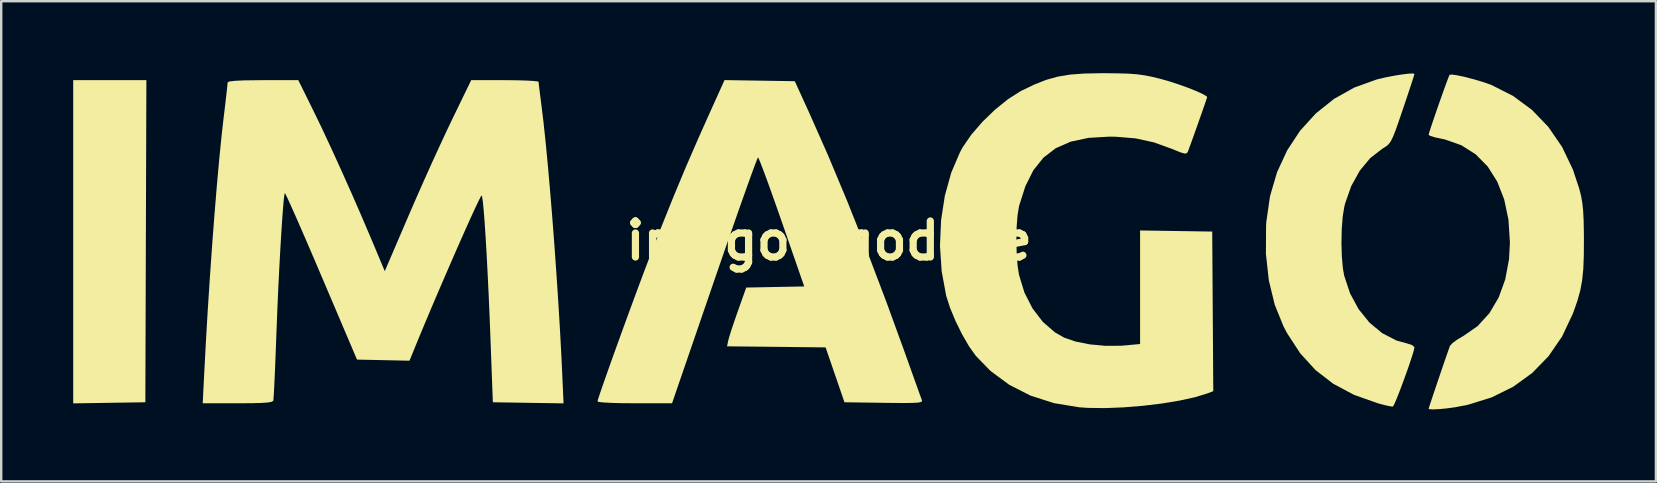
<source format=kicad_pcb>
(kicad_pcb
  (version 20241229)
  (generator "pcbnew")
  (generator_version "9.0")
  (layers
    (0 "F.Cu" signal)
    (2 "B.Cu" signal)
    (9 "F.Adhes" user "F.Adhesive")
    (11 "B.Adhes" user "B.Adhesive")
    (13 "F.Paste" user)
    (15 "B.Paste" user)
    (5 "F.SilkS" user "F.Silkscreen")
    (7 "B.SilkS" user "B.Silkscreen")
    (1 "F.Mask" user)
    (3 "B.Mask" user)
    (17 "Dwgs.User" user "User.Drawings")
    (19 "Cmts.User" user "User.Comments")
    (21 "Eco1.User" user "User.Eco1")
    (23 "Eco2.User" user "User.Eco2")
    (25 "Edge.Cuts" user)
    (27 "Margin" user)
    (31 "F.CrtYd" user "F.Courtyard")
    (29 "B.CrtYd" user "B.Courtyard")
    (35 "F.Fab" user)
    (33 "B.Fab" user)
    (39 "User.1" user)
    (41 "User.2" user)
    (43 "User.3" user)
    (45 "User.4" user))
  (footprint "imagologoduze"
    (layer "F.Cu")
    (at 31.496 6.979)
    (property "Reference" "imagologoduze" (at 0 0 0) (layer "F.SilkS") (effects (font (size 1.5 1.5) (thickness 0.3))))
    (attr board_only exclude_from_pos_files exclude_from_bom)
    (fp_poly (pts (xy -28.469 0.021) (xy -28.49 6.731) (xy -29.993 6.754) (xy -31.496 6.777) (xy -31.496 0.044) (xy -31.496 -6.689) (xy -29.971 -6.689) (xy -28.447 -6.689)) (stroke (width 0) (type solid)) (fill yes) (layer "F.SilkS"))
    (fp_poly (pts (xy 24.385 -6.95) (xy 24.36 -6.857) (xy 24.288 -6.631) (xy 24.179 -6.299) (xy 24.041 -5.885) (xy 23.902 -5.476) (xy 23.728 -4.966) (xy 23.596 -4.591) (xy 23.491 -4.327) (xy 23.401 -4.146) (xy 23.314 -4.025) (xy 23.215 -3.938) (xy 23.092 -3.86) (xy 23.055 -3.838) (xy 22.547 -3.447) (xy 22.108 -2.919) (xy 21.752 -2.277) (xy 21.495 -1.546) (xy 21.465 -1.424) (xy 21.396 -1.003) (xy 21.356 -0.477) (xy 21.344 0.097) (xy 21.36 0.661) (xy 21.405 1.159) (xy 21.457 1.454) (xy 21.704 2.197) (xy 22.062 2.856) (xy 22.514 3.415) (xy 23.044 3.854) (xy 23.636 4.158) (xy 24.067 4.277) (xy 24.27 4.341) (xy 24.379 4.425) (xy 24.384 4.446) (xy 24.357 4.579) (xy 24.282 4.825) (xy 24.174 5.152) (xy 24.043 5.526) (xy 23.902 5.912) (xy 23.765 6.277) (xy 23.642 6.588) (xy 23.546 6.81) (xy 23.489 6.909) (xy 23.486 6.911) (xy 23.372 6.899) (xy 23.144 6.849) (xy 22.852 6.771) (xy 22.847 6.77) (xy 21.863 6.42) (xy 21.007 5.964) (xy 20.266 5.392) (xy 19.629 4.695) (xy 19.085 3.862) (xy 18.933 3.575) (xy 18.564 2.666) (xy 18.318 1.652) (xy 18.197 0.548) (xy 18.204 -0.63) (xy 18.215 -0.795) (xy 18.368 -1.856) (xy 18.66 -2.85) (xy 19.082 -3.764) (xy 19.625 -4.587) (xy 20.28 -5.306) (xy 21.035 -5.909) (xy 21.883 -6.384) (xy 22.814 -6.718) (xy 22.818 -6.719) (xy 23.144 -6.797) (xy 23.497 -6.867) (xy 23.835 -6.922) (xy 24.122 -6.958) (xy 24.318 -6.968)) (stroke (width 0) (type solid)) (fill yes) (layer "F.SilkS"))
    (fp_poly (pts (xy -2.896 -6.669) (xy -1.432 -6.646) (xy -0.833 -5.334) (xy -0.048 -3.562) (xy 0.756 -1.64) (xy 1.574 0.415) (xy 2.397 2.585) (xy 3.143 4.635) (xy 3.336 5.174) (xy 3.51 5.663) (xy 3.66 6.079) (xy 3.774 6.399) (xy 3.846 6.597) (xy 3.865 6.648) (xy 3.865 6.693) (xy 3.812 6.725) (xy 3.686 6.746) (xy 3.466 6.758) (xy 3.131 6.762) (xy 2.661 6.759) (xy 2.276 6.754) (xy 0.638 6.731) (xy 0.245 5.588) (xy -0.148 4.445) (xy -2.201 4.422) (xy -4.254 4.4) (xy -4.207 4.168) (xy -4.161 4) (xy -4.071 3.713) (xy -3.948 3.347) (xy -3.808 2.944) (xy -3.455 1.952) (xy -2.247 1.928) (xy -1.039 1.905) (xy -1.972 -0.783) (xy -2.195 -1.421) (xy -2.402 -2.005) (xy -2.587 -2.517) (xy -2.743 -2.937) (xy -2.862 -3.247) (xy -2.939 -3.43) (xy -2.964 -3.471) (xy -3.001 -3.393) (xy -3.088 -3.169) (xy -3.22 -2.811) (xy -3.393 -2.332) (xy -3.601 -1.748) (xy -3.84 -1.07) (xy -4.105 -0.312) (xy -4.392 0.512) (xy -4.695 1.389) (xy -4.785 1.651) (xy -6.546 6.773) (xy -8.099 6.773) (xy -8.609 6.769) (xy -9.043 6.758) (xy -9.377 6.741) (xy -9.588 6.719) (xy -9.652 6.696) (xy -9.624 6.591) (xy -9.544 6.347) (xy -9.419 5.986) (xy -9.258 5.527) (xy -9.067 4.99) (xy -8.854 4.397) (xy -8.626 3.766) (xy -8.39 3.12) (xy -8.154 2.478) (xy -7.925 1.86) (xy -7.71 1.287) (xy -7.517 0.779) (xy -7.511 0.762) (xy -6.983 -0.596) (xy -6.481 -1.845) (xy -5.985 -3.035) (xy -5.471 -4.219) (xy -5.096 -5.06) (xy -4.36 -6.692)) (stroke (width 0) (type solid)) (fill yes) (layer "F.SilkS"))
    (fp_poly (pts (xy 26.185 -6.888) (xy 26.494 -6.82) (xy 26.844 -6.73) (xy 27.196 -6.627) (xy 27.508 -6.52) (xy 27.594 -6.487) (xy 28.489 -6.035) (xy 29.281 -5.451) (xy 29.965 -4.74) (xy 30.535 -3.909) (xy 30.989 -2.962) (xy 31.254 -2.159) (xy 31.327 -1.867) (xy 31.379 -1.58) (xy 31.413 -1.26) (xy 31.434 -0.868) (xy 31.444 -0.366) (xy 31.446 -0.042) (xy 31.442 0.636) (xy 31.42 1.187) (xy 31.372 1.652) (xy 31.294 2.073) (xy 31.179 2.49) (xy 31.02 2.945) (xy 30.976 3.06) (xy 30.534 3.995) (xy 29.971 4.813) (xy 29.291 5.511) (xy 28.501 6.083) (xy 27.605 6.527) (xy 26.61 6.836) (xy 26.077 6.939) (xy 25.731 6.986) (xy 25.409 7.017) (xy 25.152 7.028) (xy 25.001 7.018) (xy 24.977 7.003) (xy 25.002 6.917) (xy 25.072 6.704) (xy 25.174 6.396) (xy 25.298 6.028) (xy 25.433 5.631) (xy 25.566 5.239) (xy 25.688 4.884) (xy 25.787 4.6) (xy 25.851 4.42) (xy 25.865 4.382) (xy 25.968 4.268) (xy 26.177 4.115) (xy 26.43 3.965) (xy 27.017 3.558) (xy 27.507 3.022) (xy 27.893 2.37) (xy 28.168 1.615) (xy 28.326 0.772) (xy 28.363 0.077) (xy 28.303 -0.871) (xy 28.125 -1.719) (xy 27.835 -2.462) (xy 27.438 -3.091) (xy 26.938 -3.598) (xy 26.341 -3.977) (xy 25.652 -4.219) (xy 25.493 -4.252) (xy 25.224 -4.312) (xy 25.037 -4.371) (xy 24.977 -4.413) (xy 25.003 -4.514) (xy 25.075 -4.738) (xy 25.18 -5.052) (xy 25.307 -5.421) (xy 25.443 -5.811) (xy 25.577 -6.189) (xy 25.696 -6.519) (xy 25.789 -6.768) (xy 25.844 -6.901) (xy 25.851 -6.914) (xy 25.958 -6.922)) (stroke (width 0) (type solid)) (fill yes) (layer "F.SilkS"))
    (fp_poly (pts (xy 11.472 -6.979) (xy 12.035 -6.973) (xy 12.471 -6.96) (xy 12.823 -6.934) (xy 13.135 -6.892) (xy 13.45 -6.829) (xy 13.801 -6.744) (xy 14.178 -6.637) (xy 14.576 -6.507) (xy 14.962 -6.368) (xy 15.304 -6.231) (xy 15.568 -6.11) (xy 15.722 -6.019) (xy 15.748 -5.984) (xy 15.721 -5.897) (xy 15.65 -5.687) (xy 15.546 -5.387) (xy 15.421 -5.033) (xy 15.289 -4.66) (xy 15.162 -4.303) (xy 15.051 -3.997) (xy 14.97 -3.777) (xy 14.945 -3.711) (xy 14.9 -3.645) (xy 14.816 -3.631) (xy 14.656 -3.675) (xy 14.385 -3.783) (xy 14.306 -3.817) (xy 13.537 -4.095) (xy 12.773 -4.263) (xy 11.949 -4.332) (xy 11.673 -4.336) (xy 10.806 -4.285) (xy 10.067 -4.128) (xy 9.444 -3.856) (xy 8.929 -3.462) (xy 8.509 -2.937) (xy 8.176 -2.274) (xy 7.918 -1.465) (xy 7.911 -1.439) (xy 7.849 -1.063) (xy 7.811 -0.572) (xy 7.799 -0.022) (xy 7.813 0.534) (xy 7.851 1.042) (xy 7.91 1.422) (xy 8.135 2.159) (xy 8.472 2.82) (xy 8.903 3.382) (xy 9.411 3.822) (xy 9.794 4.04) (xy 10.272 4.203) (xy 10.86 4.319) (xy 11.502 4.379) (xy 12.143 4.376) (xy 12.323 4.363) (xy 12.954 4.304) (xy 12.954 1.938) (xy 12.954 -0.427) (xy 14.457 -0.404) (xy 15.96 -0.381) (xy 15.982 2.944) (xy 16.004 6.269) (xy 15.772 6.357) (xy 15.251 6.518) (xy 14.601 6.661) (xy 13.861 6.783) (xy 13.07 6.878) (xy 12.268 6.943) (xy 11.493 6.974) (xy 10.785 6.965) (xy 10.414 6.94) (xy 9.361 6.766) (xy 8.388 6.453) (xy 7.506 6.005) (xy 6.724 5.428) (xy 6.112 4.799) (xy 5.832 4.407) (xy 5.541 3.905) (xy 5.267 3.35) (xy 5.037 2.797) (xy 4.878 2.302) (xy 4.874 2.286) (xy 4.686 1.261) (xy 4.617 0.204) (xy 4.663 -0.851) (xy 4.82 -1.874) (xy 5.085 -2.832) (xy 5.454 -3.694) (xy 5.564 -3.895) (xy 5.921 -4.415) (xy 6.384 -4.951) (xy 6.911 -5.46) (xy 7.456 -5.9) (xy 7.978 -6.231) (xy 8.006 -6.245) (xy 8.548 -6.507) (xy 9.04 -6.701) (xy 9.525 -6.836) (xy 10.045 -6.922) (xy 10.642 -6.966) (xy 11.358 -6.979)) (stroke (width 0) (type solid)) (fill yes) (layer "F.SilkS"))
    (fp_poly (pts (xy -21.479 -5.397) (xy -21.136 -4.689) (xy -20.748 -3.858) (xy -20.329 -2.939) (xy -19.895 -1.967) (xy -19.463 -0.977) (xy -19.048 -0.003) (xy -18.967 0.19) (xy -18.515 1.269) (xy -17.523 -1.043) (xy -17.22 -1.741) (xy -16.89 -2.489) (xy -16.551 -3.243) (xy -16.222 -3.961) (xy -15.924 -4.6) (xy -15.723 -5.022) (xy -14.914 -6.689) (xy -13.511 -6.689) (xy -13.045 -6.685) (xy -12.644 -6.674) (xy -12.337 -6.657) (xy -12.151 -6.637) (xy -12.107 -6.62) (xy -12.097 -6.513) (xy -12.068 -6.274) (xy -12.026 -5.942) (xy -11.983 -5.607) (xy -11.9 -4.919) (xy -11.811 -4.088) (xy -11.72 -3.136) (xy -11.628 -2.089) (xy -11.536 -0.971) (xy -11.447 0.193) (xy -11.363 1.378) (xy -11.285 2.56) (xy -11.215 3.714) (xy -11.156 4.816) (xy -11.124 5.484) (xy -11.066 6.777) (xy -12.539 6.754) (xy -14.012 6.731) (xy -14.109 4.138) (xy -14.147 3.16) (xy -14.188 2.227) (xy -14.23 1.353) (xy -14.272 0.554) (xy -14.314 -0.157) (xy -14.354 -0.766) (xy -14.393 -1.258) (xy -14.428 -1.619) (xy -14.459 -1.834) (xy -14.477 -1.889) (xy -14.521 -1.827) (xy -14.622 -1.627) (xy -14.773 -1.306) (xy -14.967 -0.882) (xy -15.195 -0.374) (xy -15.45 0.201) (xy -15.723 0.826) (xy -16.008 1.482) (xy -16.296 2.151) (xy -16.58 2.816) (xy -16.851 3.46) (xy -17.102 4.063) (xy -17.289 4.519) (xy -17.484 4.999) (xy -18.578 4.976) (xy -19.672 4.953) (xy -21.157 1.464) (xy -21.464 0.745) (xy -21.751 0.077) (xy -22.012 -0.523) (xy -22.239 -1.042) (xy -22.427 -1.462) (xy -22.567 -1.769) (xy -22.653 -1.948) (xy -22.678 -1.988) (xy -22.701 -1.886) (xy -22.73 -1.635) (xy -22.762 -1.251) (xy -22.798 -0.754) (xy -22.836 -0.162) (xy -22.875 0.505) (xy -22.914 1.23) (xy -22.952 1.993) (xy -22.987 2.776) (xy -23.018 3.56) (xy -23.031 3.895) (xy -23.055 4.553) (xy -23.079 5.159) (xy -23.102 5.692) (xy -23.123 6.129) (xy -23.141 6.45) (xy -23.155 6.634) (xy -23.16 6.668) (xy -23.219 6.709) (xy -23.378 6.739) (xy -23.653 6.759) (xy -24.063 6.77) (xy -24.625 6.773) (xy -24.647 6.773) (xy -26.1 6.773) (xy -26.042 5.609) (xy -25.97 4.257) (xy -25.89 2.888) (xy -25.801 1.525) (xy -25.708 0.191) (xy -25.61 -1.089) (xy -25.511 -2.292) (xy -25.412 -3.395) (xy -25.314 -4.373) (xy -25.227 -5.137) (xy -25.171 -5.604) (xy -25.123 -6.014) (xy -25.087 -6.337) (xy -25.066 -6.542) (xy -25.061 -6.598) (xy -24.982 -6.636) (xy -24.743 -6.663) (xy -24.34 -6.681) (xy -23.772 -6.688) (xy -23.59 -6.689) (xy -22.118 -6.689)) (stroke (width 0) (type solid)) (fill yes) (layer "F.SilkS")))
  (gr_rect
    (start -3 -3)
    (end 65.942 17.007)
    (stroke (width 0.1) (type default))
    (fill no)
    (layer "Edge.Cuts")))
</source>
